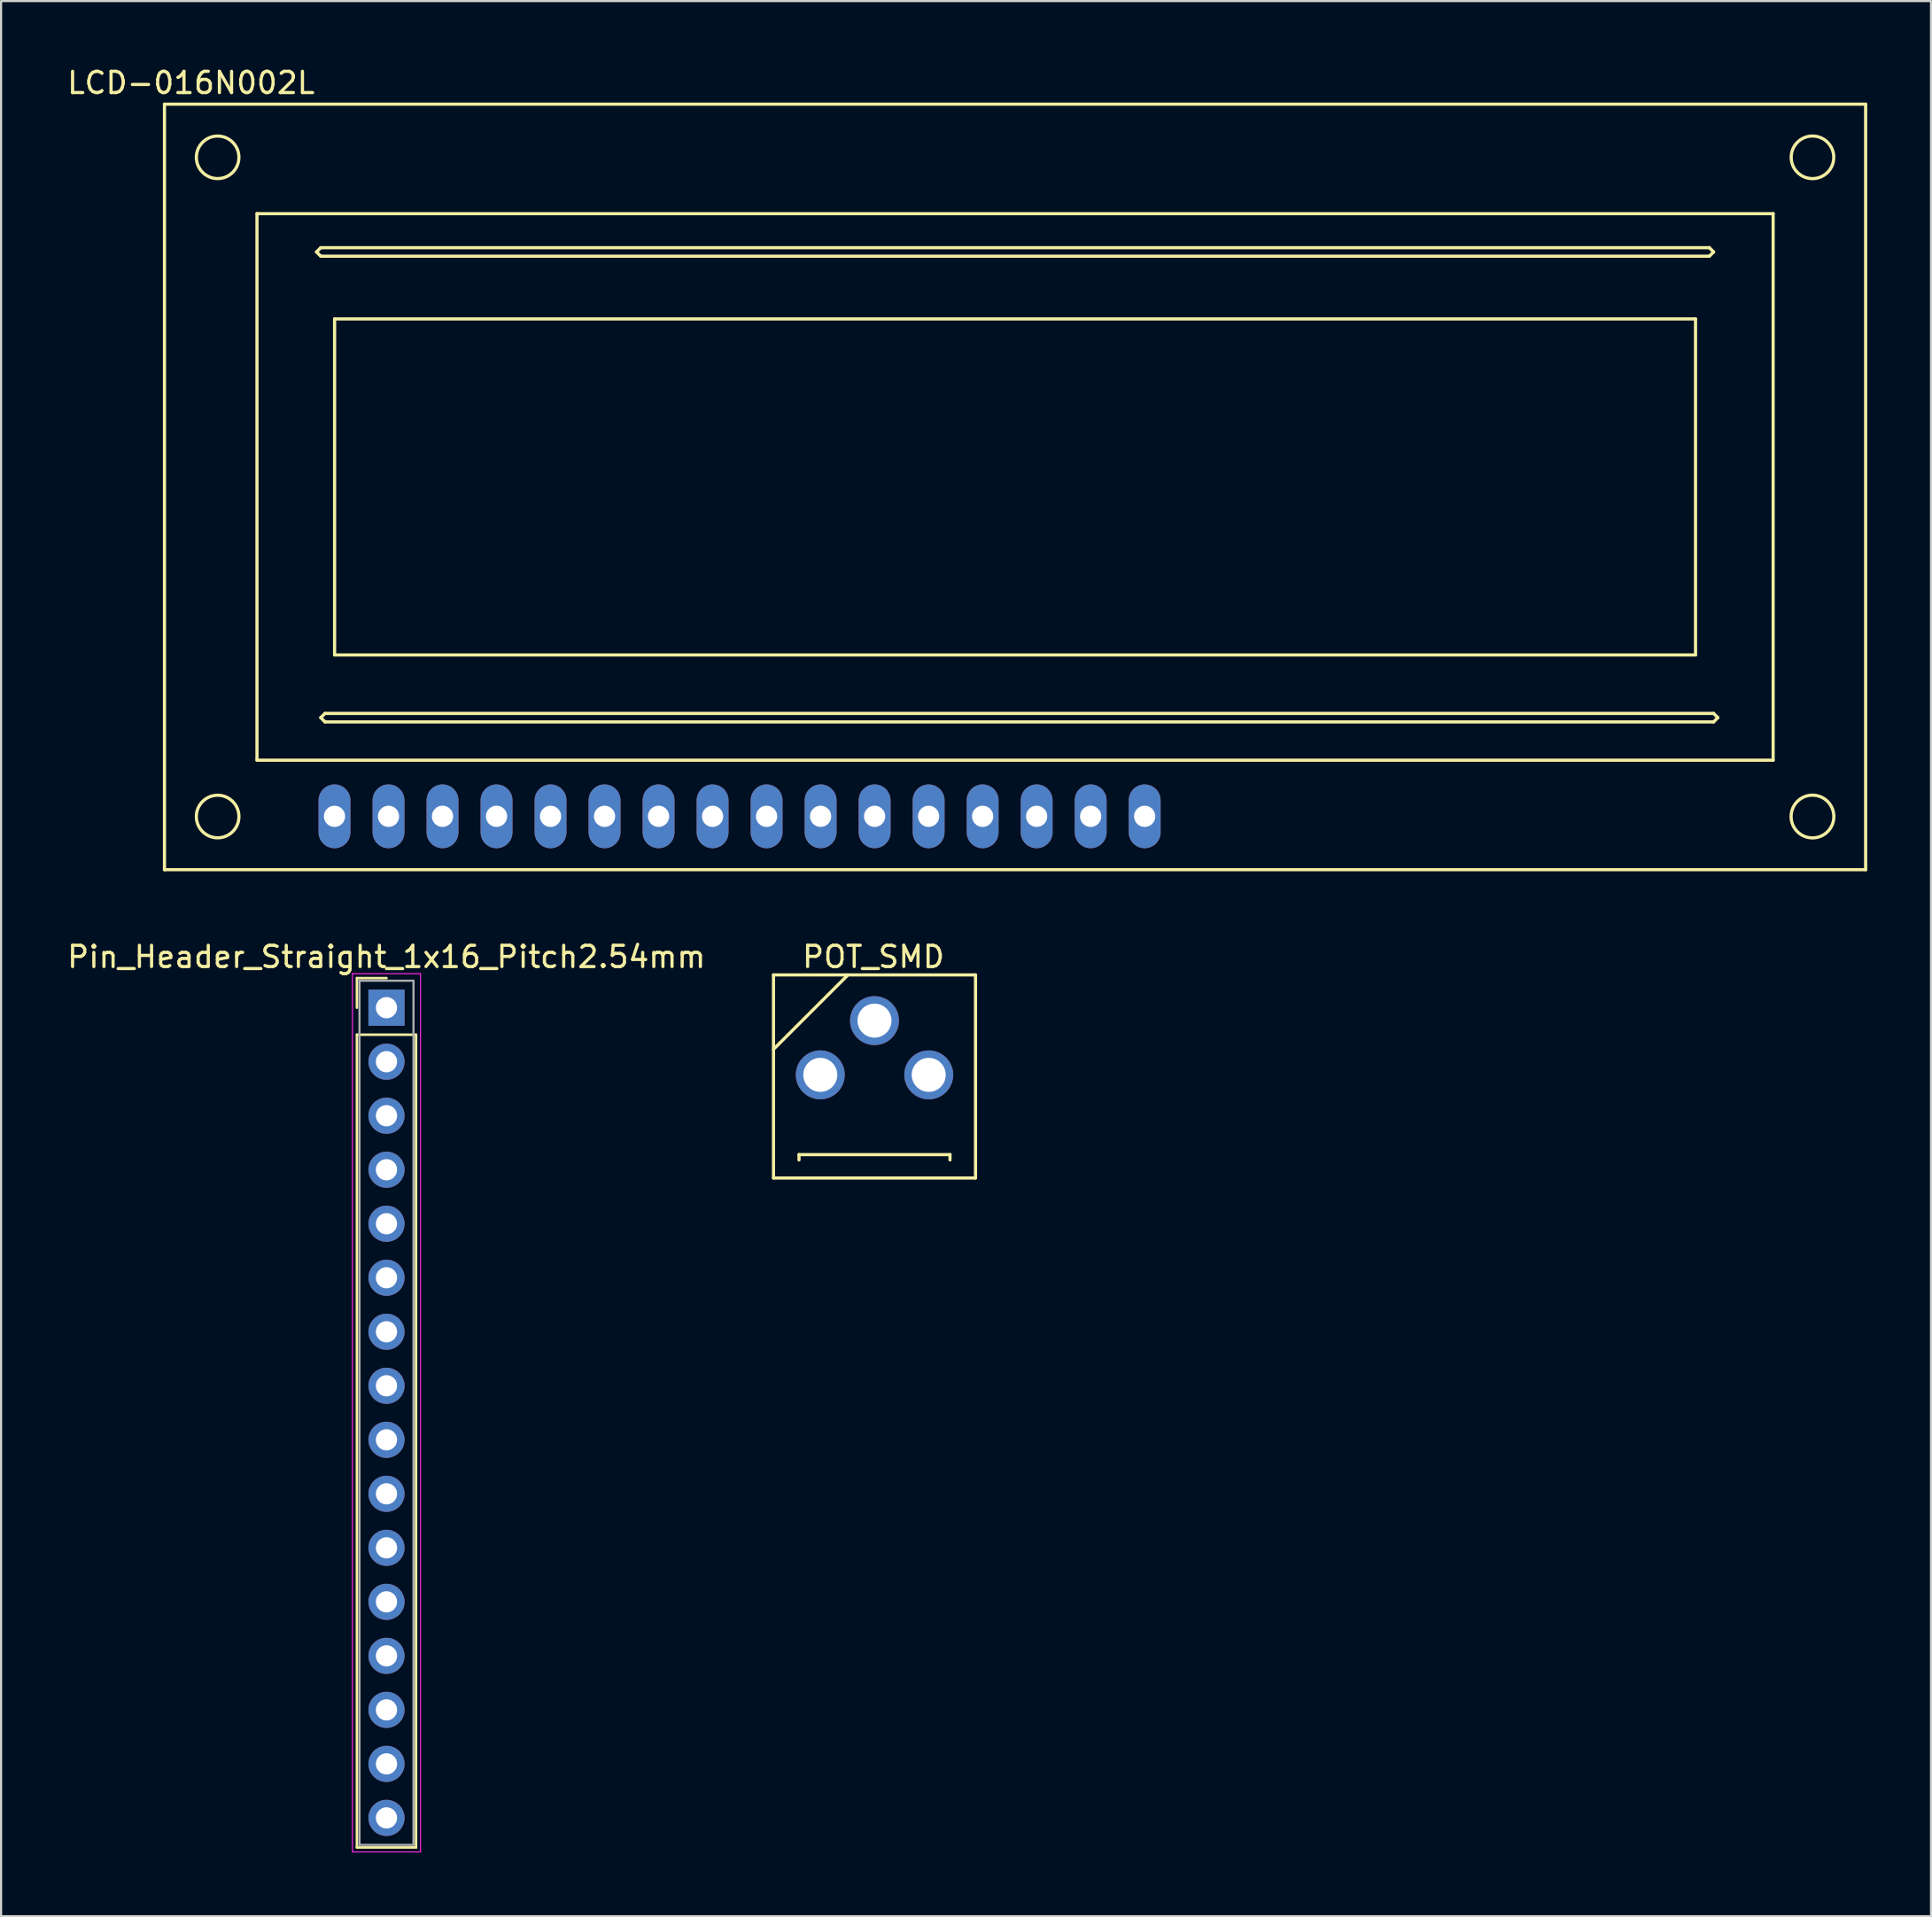
<source format=kicad_pcb>
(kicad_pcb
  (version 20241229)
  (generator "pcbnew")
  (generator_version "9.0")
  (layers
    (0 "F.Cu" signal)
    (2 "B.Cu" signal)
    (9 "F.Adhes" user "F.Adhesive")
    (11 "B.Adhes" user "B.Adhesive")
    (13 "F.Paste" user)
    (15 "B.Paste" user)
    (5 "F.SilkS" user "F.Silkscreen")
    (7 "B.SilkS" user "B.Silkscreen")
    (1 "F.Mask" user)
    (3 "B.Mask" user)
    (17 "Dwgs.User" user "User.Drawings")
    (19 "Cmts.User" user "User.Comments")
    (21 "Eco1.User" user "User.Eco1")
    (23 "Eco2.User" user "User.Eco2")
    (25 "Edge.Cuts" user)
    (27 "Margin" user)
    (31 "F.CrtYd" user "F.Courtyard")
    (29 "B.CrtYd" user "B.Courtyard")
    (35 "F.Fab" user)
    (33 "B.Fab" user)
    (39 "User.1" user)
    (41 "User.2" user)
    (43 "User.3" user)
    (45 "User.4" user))
  (footprint "Pin_Header_Straight_1x16_Pitch2.54mm"
    (layer "F.Cu")
    (at 15.125 44.337)
    (property "Reference" "Pin_Header_Straight_1x16_Pitch2.54mm" (at 0 -2.39 0) (layer "F.SilkS") (effects (font (size 1 1) (thickness 0.15))))
    (attr through_hole)
    (fp_line (start -1.39 -1.39) (end 0 -1.39) (stroke (width 0.12) (type solid)) (layer "F.SilkS"))
    (fp_line (start -1.39 0) (end -1.39 -1.39) (stroke (width 0.12) (type solid)) (layer "F.SilkS"))
    (fp_line (start -1.39 1.27) (end -1.39 39.49) (stroke (width 0.12) (type solid)) (layer "F.SilkS"))
    (fp_line (start -1.39 39.49) (end 1.39 39.49) (stroke (width 0.12) (type solid)) (layer "F.SilkS"))
    (fp_line (start 1.39 1.27) (end -1.39 1.27) (stroke (width 0.12) (type solid)) (layer "F.SilkS"))
    (fp_line (start 1.39 39.49) (end 1.39 1.27) (stroke (width 0.12) (type solid)) (layer "F.SilkS"))
    (fp_line (start -1.6 -1.6) (end -1.6 39.7) (stroke (width 0.05) (type solid)) (layer "F.CrtYd"))
    (fp_line (start -1.6 39.7) (end 1.6 39.7) (stroke (width 0.05) (type solid)) (layer "F.CrtYd"))
    (fp_line (start 1.6 -1.6) (end -1.6 -1.6) (stroke (width 0.05) (type solid)) (layer "F.CrtYd"))
    (fp_line (start 1.6 39.7) (end 1.6 -1.6) (stroke (width 0.05) (type solid)) (layer "F.CrtYd"))
    (fp_line (start -1.27 -1.27) (end -1.27 39.37) (stroke (width 0.1) (type solid)) (layer "F.Fab"))
    (fp_line (start -1.27 39.37) (end 1.27 39.37) (stroke (width 0.1) (type solid)) (layer "F.Fab"))
    (fp_line (start 1.27 -1.27) (end -1.27 -1.27) (stroke (width 0.1) (type solid)) (layer "F.Fab"))
    (fp_line (start 1.27 39.37) (end 1.27 -1.27) (stroke (width 0.1) (type solid)) (layer "F.Fab"))
    (pad "1" thru_hole rect (at 0 0) (size 1.7 1.7) (drill 1) (layers "*.Cu" "*.Mask"))
    (pad "2" thru_hole oval (at 0 2.54) (size 1.7 1.7) (drill 1) (layers "*.Cu" "*.Mask"))
    (pad "3" thru_hole oval (at 0 5.08) (size 1.7 1.7) (drill 1) (layers "*.Cu" "*.Mask"))
    (pad "4" thru_hole oval (at 0 7.62) (size 1.7 1.7) (drill 1) (layers "*.Cu" "*.Mask"))
    (pad "5" thru_hole oval (at 0 10.16) (size 1.7 1.7) (drill 1) (layers "*.Cu" "*.Mask"))
    (pad "6" thru_hole oval (at 0 12.7) (size 1.7 1.7) (drill 1) (layers "*.Cu" "*.Mask"))
    (pad "7" thru_hole oval (at 0 15.24) (size 1.7 1.7) (drill 1) (layers "*.Cu" "*.Mask"))
    (pad "8" thru_hole oval (at 0 17.78) (size 1.7 1.7) (drill 1) (layers "*.Cu" "*.Mask"))
    (pad "9" thru_hole oval (at 0 20.32) (size 1.7 1.7) (drill 1) (layers "*.Cu" "*.Mask"))
    (pad "10" thru_hole oval (at 0 22.86) (size 1.7 1.7) (drill 1) (layers "*.Cu" "*.Mask"))
    (pad "11" thru_hole oval (at 0 25.4) (size 1.7 1.7) (drill 1) (layers "*.Cu" "*.Mask"))
    (pad "12" thru_hole oval (at 0 27.94) (size 1.7 1.7) (drill 1) (layers "*.Cu" "*.Mask"))
    (pad "13" thru_hole oval (at 0 30.48) (size 1.7 1.7) (drill 1) (layers "*.Cu" "*.Mask"))
    (pad "14" thru_hole oval (at 0 33.02) (size 1.7 1.7) (drill 1) (layers "*.Cu" "*.Mask"))
    (pad "15" thru_hole oval (at 0 35.56) (size 1.7 1.7) (drill 1) (layers "*.Cu" "*.Mask"))
    (pad "16" thru_hole oval (at 0 38.1) (size 1.7 1.7) (drill 1) (layers "*.Cu" "*.Mask")))
  (footprint "LCD-016N002L"
    (layer "F.Cu")
    (at 4.685 37.848)
    (property "Reference" "LCD-016N002L" (at 1.25 -37 0) (layer "F.SilkS") (effects (font (size 1 1) (thickness 0.15))))
    (attr through_hole)
    (fp_line (start 0 -36) (end 0 0) (stroke (width 0.15) (type solid)) (layer "F.SilkS"))
    (fp_line (start 0 0) (end 80 0) (stroke (width 0.15) (type solid)) (layer "F.SilkS"))
    (fp_line (start 4.35 -5.15) (end 4.35 -30.85) (stroke (width 0.15) (type solid)) (layer "F.SilkS"))
    (fp_line (start 4.35 -5.15) (end 75.65 -5.15) (stroke (width 0.15) (type solid)) (layer "F.SilkS"))
    (fp_line (start 7.15 -29.05) (end 7.35 -29.25) (stroke (width 0.15) (type solid)) (layer "F.SilkS"))
    (fp_line (start 7.35 -29.25) (end 72.65 -29.25) (stroke (width 0.15) (type solid)) (layer "F.SilkS"))
    (fp_line (start 7.35 -28.85) (end 7.15 -29.05) (stroke (width 0.15) (type solid)) (layer "F.SilkS"))
    (fp_line (start 7.35 -28.85) (end 72.65 -28.85) (stroke (width 0.15) (type solid)) (layer "F.SilkS"))
    (fp_line (start 7.35 -7.15) (end 7.55 -6.95) (stroke (width 0.15) (type solid)) (layer "F.SilkS"))
    (fp_line (start 7.55 -7.35) (end 7.35 -7.15) (stroke (width 0.15) (type solid)) (layer "F.SilkS"))
    (fp_line (start 7.55 -7.35) (end 72.85 -7.35) (stroke (width 0.15) (type solid)) (layer "F.SilkS"))
    (fp_line (start 7.55 -6.95) (end 72.85 -6.95) (stroke (width 0.15) (type solid)) (layer "F.SilkS"))
    (fp_line (start 8 -25.9) (end 72 -25.9) (stroke (width 0.15) (type solid)) (layer "F.SilkS"))
    (fp_line (start 8 -10.1) (end 8 -25.9) (stroke (width 0.15) (type solid)) (layer "F.SilkS"))
    (fp_line (start 72 -25.9) (end 72 -10.1) (stroke (width 0.15) (type solid)) (layer "F.SilkS"))
    (fp_line (start 72 -10.1) (end 8 -10.1) (stroke (width 0.15) (type solid)) (layer "F.SilkS"))
    (fp_line (start 72.65 -28.85) (end 72.85 -29.05) (stroke (width 0.15) (type solid)) (layer "F.SilkS"))
    (fp_line (start 72.85 -29.05) (end 72.65 -29.25) (stroke (width 0.15) (type solid)) (layer "F.SilkS"))
    (fp_line (start 72.85 -7.35) (end 73.05 -7.15) (stroke (width 0.15) (type solid)) (layer "F.SilkS"))
    (fp_line (start 73.05 -7.15) (end 72.85 -6.95) (stroke (width 0.15) (type solid)) (layer "F.SilkS"))
    (fp_line (start 75.65 -30.85) (end 4.35 -30.85) (stroke (width 0.15) (type solid)) (layer "F.SilkS"))
    (fp_line (start 75.65 -5.15) (end 75.65 -30.85) (stroke (width 0.15) (type solid)) (layer "F.SilkS"))
    (fp_line (start 80 -36) (end 0 -36) (stroke (width 0.15) (type solid)) (layer "F.SilkS"))
    (fp_line (start 80 0) (end 80 -36) (stroke (width 0.15) (type solid)) (layer "F.SilkS"))
    (fp_circle (center 2.5 -33.5) (end 3.5 -33.5) (stroke (width 0.15) (type solid)) (fill no) (layer "F.SilkS"))
    (fp_circle (center 2.5 -2.5) (end 3.5 -2.45) (stroke (width 0.15) (type solid)) (fill no) (layer "F.SilkS"))
    (fp_circle (center 77.5 -33.5) (end 78.5 -33.55) (stroke (width 0.15) (type solid)) (fill no) (layer "F.SilkS"))
    (fp_circle (center 77.5 -2.5) (end 78.5 -2.4) (stroke (width 0.15) (type solid)) (fill no) (layer "F.SilkS"))
    (pad "1" thru_hole oval (at 7.995 -2.51) (size 1.5 3) (drill 1) (layers "*.Cu" "*.Mask"))
    (pad "2" thru_hole oval (at 10.535 -2.51) (size 1.5 3) (drill 1) (layers "*.Cu" "*.Mask"))
    (pad "3" thru_hole oval (at 13.075 -2.51) (size 1.5 3) (drill 1) (layers "*.Cu" "*.Mask"))
    (pad "4" thru_hole oval (at 15.615 -2.51) (size 1.5 3) (drill 1) (layers "*.Cu" "*.Mask"))
    (pad "5" thru_hole oval (at 18.155 -2.51) (size 1.5 3) (drill 1) (layers "*.Cu" "*.Mask"))
    (pad "6" thru_hole oval (at 20.695 -2.51) (size 1.5 3) (drill 1) (layers "*.Cu" "*.Mask"))
    (pad "7" thru_hole oval (at 23.235 -2.51) (size 1.5 3) (drill 1) (layers "*.Cu" "*.Mask"))
    (pad "8" thru_hole oval (at 25.775 -2.51) (size 1.5 3) (drill 1) (layers "*.Cu" "*.Mask"))
    (pad "9" thru_hole oval (at 28.315 -2.51) (size 1.5 3) (drill 1) (layers "*.Cu" "*.Mask"))
    (pad "10" thru_hole oval (at 30.855 -2.51) (size 1.5 3) (drill 1) (layers "*.Cu" "*.Mask"))
    (pad "11" thru_hole oval (at 33.395 -2.51) (size 1.5 3) (drill 1) (layers "*.Cu" "*.Mask"))
    (pad "12" thru_hole oval (at 35.935 -2.51) (size 1.5 3) (drill 1) (layers "*.Cu" "*.Mask"))
    (pad "13" thru_hole oval (at 38.475 -2.51) (size 1.5 3) (drill 1) (layers "*.Cu" "*.Mask"))
    (pad "14" thru_hole oval (at 41.015 -2.51) (size 1.5 3) (drill 1) (layers "*.Cu" "*.Mask"))
    (pad "15" thru_hole oval (at 43.555 -2.51) (size 1.5 3) (drill 1) (layers "*.Cu" "*.Mask"))
    (pad "16" thru_hole oval (at 46.095 -2.51) (size 1.5 3) (drill 1) (layers "*.Cu" "*.Mask")))
  (footprint "POT_SMD"
    (layer "F.Cu")
    (at 38.075 46.996)
    (property "Reference" "POT_SMD" (at -0.05 -5.05 0) (layer "F.SilkS") (effects (font (size 1 1) (thickness 0.15))))
    (attr smd)
    (fp_line (start -4.75 5.35) (end -4.75 -4.2) (stroke (width 0.15) (type solid)) (layer "F.SilkS"))
    (fp_line (start -3.55 4.5) (end -3.55 4.25) (stroke (width 0.15) (type solid)) (layer "F.SilkS"))
    (fp_line (start -1.25 -4.2) (end -4.75 -0.7) (stroke (width 0.15) (type solid)) (layer "F.SilkS"))
    (fp_line (start 3.55 4.25) (end -3.55 4.25) (stroke (width 0.15) (type solid)) (layer "F.SilkS"))
    (fp_line (start 3.55 4.5) (end 3.55 4.25) (stroke (width 0.15) (type solid)) (layer "F.SilkS"))
    (fp_line (start 4.75 -4.2) (end -4.75 -4.2) (stroke (width 0.15) (type solid)) (layer "F.SilkS"))
    (fp_line (start 4.75 5.35) (end -4.75 5.35) (stroke (width 0.15) (type solid)) (layer "F.SilkS"))
    (fp_line (start 4.75 5.35) (end 4.75 -4.2) (stroke (width 0.15) (type solid)) (layer "F.SilkS"))
    (pad "1" thru_hole circle (at -2.55 0.5) (size 2.3 2.3) (drill 1.6) (layers "*.Cu" "*.Mask"))
    (pad "2" thru_hole circle (at 0 -2.05) (size 2.3 2.3) (drill 1.6) (layers "*.Cu" "*.Mask"))
    (pad "3" thru_hole circle (at 2.55 0.5) (size 2.3 2.3) (drill 1.6) (layers "*.Cu" "*.Mask")))
  (gr_rect
    (start -3 -3)
    (end 87.76 87.061)
    (stroke (width 0.1) (type default))
    (fill no)
    (layer "Edge.Cuts")))
</source>
